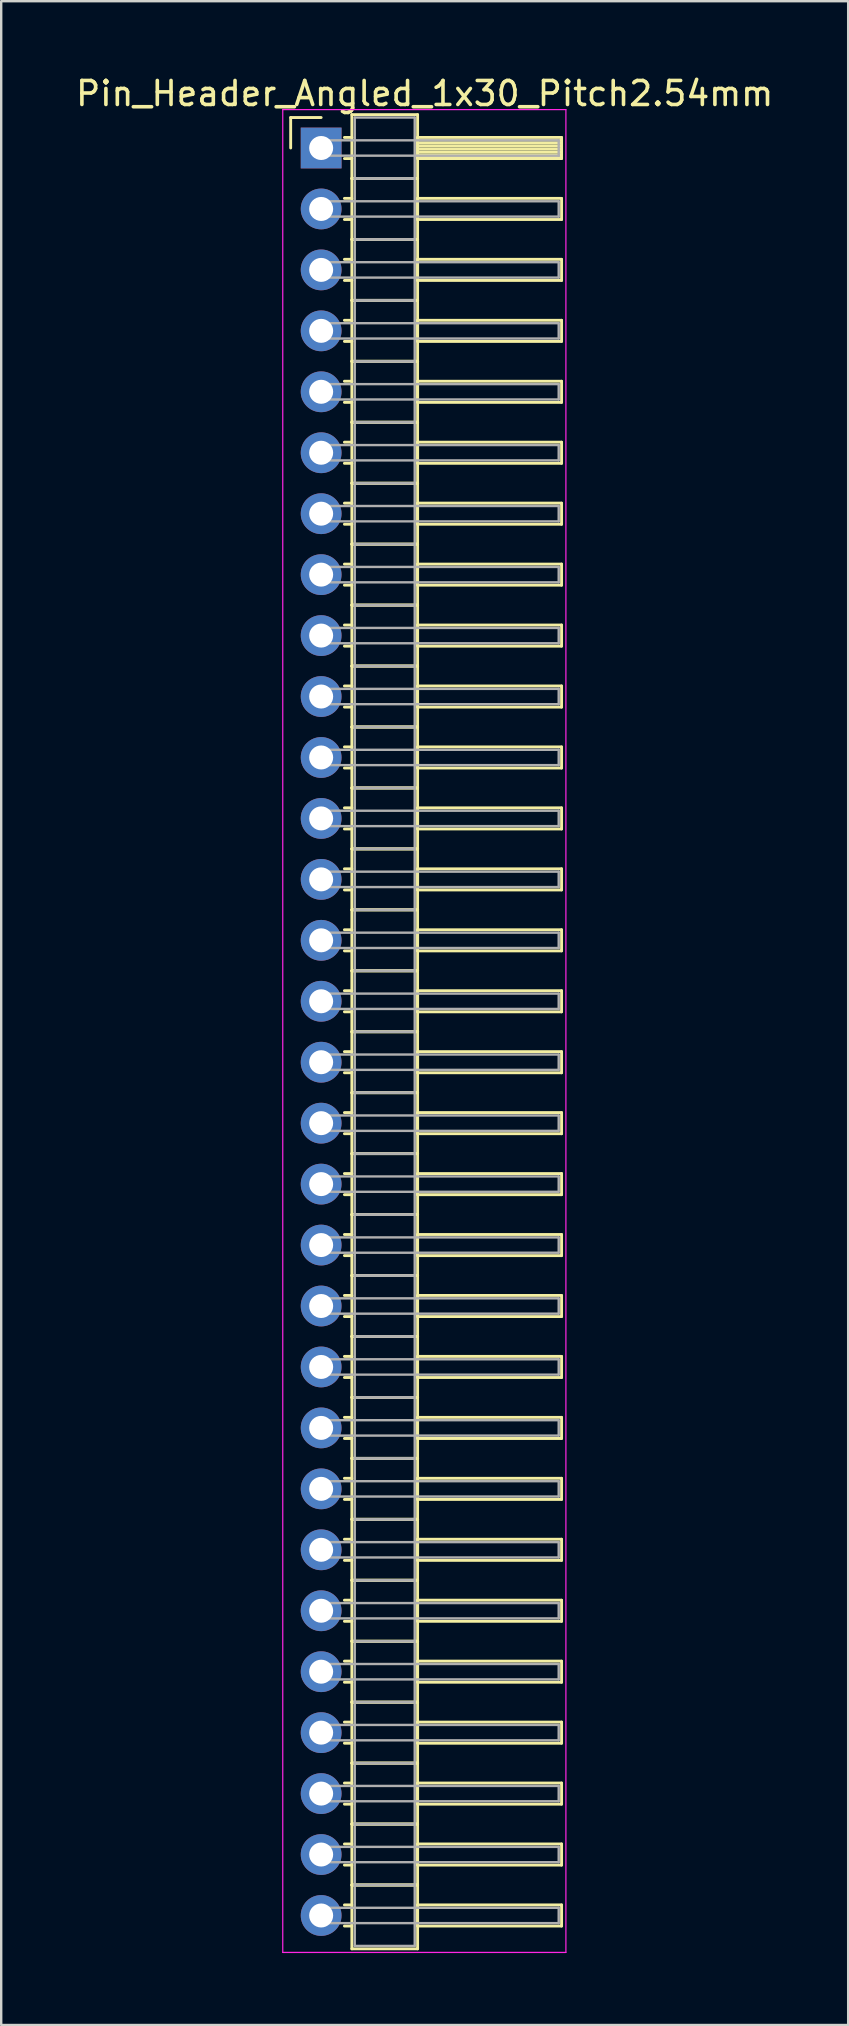
<source format=kicad_pcb>
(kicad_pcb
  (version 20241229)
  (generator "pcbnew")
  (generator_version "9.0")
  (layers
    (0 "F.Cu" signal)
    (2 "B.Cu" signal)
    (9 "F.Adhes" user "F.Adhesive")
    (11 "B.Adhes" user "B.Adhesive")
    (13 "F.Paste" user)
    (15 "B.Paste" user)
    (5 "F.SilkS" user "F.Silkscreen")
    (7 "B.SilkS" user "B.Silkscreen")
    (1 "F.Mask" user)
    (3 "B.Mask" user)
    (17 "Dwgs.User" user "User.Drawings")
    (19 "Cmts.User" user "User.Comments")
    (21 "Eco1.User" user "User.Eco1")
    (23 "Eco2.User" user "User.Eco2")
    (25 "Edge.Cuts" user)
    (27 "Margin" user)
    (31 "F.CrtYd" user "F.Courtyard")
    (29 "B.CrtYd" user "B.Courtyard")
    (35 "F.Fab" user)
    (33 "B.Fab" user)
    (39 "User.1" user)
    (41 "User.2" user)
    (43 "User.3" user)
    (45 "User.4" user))
  (footprint "Pin_Header_Angled_1x30_Pitch2.54mm"
    (layer "F.Cu")
    (at 10.334 3.118)
    (property "Reference" "Pin_Header_Angled_1x30_Pitch2.54mm" (at 4.315 -2.27 0) (layer "F.SilkS") (effects (font (size 1 1) (thickness 0.15))))
    (attr through_hole)
    (fp_line (start -1.27 -1.27) (end 0 -1.27) (stroke (width 0.12) (type solid)) (layer "F.SilkS"))
    (fp_line (start -1.27 0) (end -1.27 -1.27) (stroke (width 0.12) (type solid)) (layer "F.SilkS"))
    (fp_line (start 0.97 -0.44) (end 1.28 -0.44) (stroke (width 0.12) (type solid)) (layer "F.SilkS"))
    (fp_line (start 0.97 0.44) (end 1.28 0.44) (stroke (width 0.12) (type solid)) (layer "F.SilkS"))
    (fp_line (start 0.97 2.1) (end 1.28 2.1) (stroke (width 0.12) (type solid)) (layer "F.SilkS"))
    (fp_line (start 0.97 2.98) (end 1.28 2.98) (stroke (width 0.12) (type solid)) (layer "F.SilkS"))
    (fp_line (start 0.97 4.64) (end 1.28 4.64) (stroke (width 0.12) (type solid)) (layer "F.SilkS"))
    (fp_line (start 0.97 5.52) (end 1.28 5.52) (stroke (width 0.12) (type solid)) (layer "F.SilkS"))
    (fp_line (start 0.97 7.18) (end 1.28 7.18) (stroke (width 0.12) (type solid)) (layer "F.SilkS"))
    (fp_line (start 0.97 8.06) (end 1.28 8.06) (stroke (width 0.12) (type solid)) (layer "F.SilkS"))
    (fp_line (start 0.97 9.72) (end 1.28 9.72) (stroke (width 0.12) (type solid)) (layer "F.SilkS"))
    (fp_line (start 0.97 10.6) (end 1.28 10.6) (stroke (width 0.12) (type solid)) (layer "F.SilkS"))
    (fp_line (start 0.97 12.26) (end 1.28 12.26) (stroke (width 0.12) (type solid)) (layer "F.SilkS"))
    (fp_line (start 0.97 13.14) (end 1.28 13.14) (stroke (width 0.12) (type solid)) (layer "F.SilkS"))
    (fp_line (start 0.97 14.8) (end 1.28 14.8) (stroke (width 0.12) (type solid)) (layer "F.SilkS"))
    (fp_line (start 0.97 15.68) (end 1.28 15.68) (stroke (width 0.12) (type solid)) (layer "F.SilkS"))
    (fp_line (start 0.97 17.34) (end 1.28 17.34) (stroke (width 0.12) (type solid)) (layer "F.SilkS"))
    (fp_line (start 0.97 18.22) (end 1.28 18.22) (stroke (width 0.12) (type solid)) (layer "F.SilkS"))
    (fp_line (start 0.97 19.88) (end 1.28 19.88) (stroke (width 0.12) (type solid)) (layer "F.SilkS"))
    (fp_line (start 0.97 20.76) (end 1.28 20.76) (stroke (width 0.12) (type solid)) (layer "F.SilkS"))
    (fp_line (start 0.97 22.42) (end 1.28 22.42) (stroke (width 0.12) (type solid)) (layer "F.SilkS"))
    (fp_line (start 0.97 23.3) (end 1.28 23.3) (stroke (width 0.12) (type solid)) (layer "F.SilkS"))
    (fp_line (start 0.97 24.96) (end 1.28 24.96) (stroke (width 0.12) (type solid)) (layer "F.SilkS"))
    (fp_line (start 0.97 25.84) (end 1.28 25.84) (stroke (width 0.12) (type solid)) (layer "F.SilkS"))
    (fp_line (start 0.97 27.5) (end 1.28 27.5) (stroke (width 0.12) (type solid)) (layer "F.SilkS"))
    (fp_line (start 0.97 28.38) (end 1.28 28.38) (stroke (width 0.12) (type solid)) (layer "F.SilkS"))
    (fp_line (start 0.97 30.04) (end 1.28 30.04) (stroke (width 0.12) (type solid)) (layer "F.SilkS"))
    (fp_line (start 0.97 30.92) (end 1.28 30.92) (stroke (width 0.12) (type solid)) (layer "F.SilkS"))
    (fp_line (start 0.97 32.58) (end 1.28 32.58) (stroke (width 0.12) (type solid)) (layer "F.SilkS"))
    (fp_line (start 0.97 33.46) (end 1.28 33.46) (stroke (width 0.12) (type solid)) (layer "F.SilkS"))
    (fp_line (start 0.97 35.12) (end 1.28 35.12) (stroke (width 0.12) (type solid)) (layer "F.SilkS"))
    (fp_line (start 0.97 36) (end 1.28 36) (stroke (width 0.12) (type solid)) (layer "F.SilkS"))
    (fp_line (start 0.97 37.66) (end 1.28 37.66) (stroke (width 0.12) (type solid)) (layer "F.SilkS"))
    (fp_line (start 0.97 38.54) (end 1.28 38.54) (stroke (width 0.12) (type solid)) (layer "F.SilkS"))
    (fp_line (start 0.97 40.2) (end 1.28 40.2) (stroke (width 0.12) (type solid)) (layer "F.SilkS"))
    (fp_line (start 0.97 41.08) (end 1.28 41.08) (stroke (width 0.12) (type solid)) (layer "F.SilkS"))
    (fp_line (start 0.97 42.74) (end 1.28 42.74) (stroke (width 0.12) (type solid)) (layer "F.SilkS"))
    (fp_line (start 0.97 43.62) (end 1.28 43.62) (stroke (width 0.12) (type solid)) (layer "F.SilkS"))
    (fp_line (start 0.97 45.28) (end 1.28 45.28) (stroke (width 0.12) (type solid)) (layer "F.SilkS"))
    (fp_line (start 0.97 46.16) (end 1.28 46.16) (stroke (width 0.12) (type solid)) (layer "F.SilkS"))
    (fp_line (start 0.97 47.82) (end 1.28 47.82) (stroke (width 0.12) (type solid)) (layer "F.SilkS"))
    (fp_line (start 0.97 48.7) (end 1.28 48.7) (stroke (width 0.12) (type solid)) (layer "F.SilkS"))
    (fp_line (start 0.97 50.36) (end 1.28 50.36) (stroke (width 0.12) (type solid)) (layer "F.SilkS"))
    (fp_line (start 0.97 51.24) (end 1.28 51.24) (stroke (width 0.12) (type solid)) (layer "F.SilkS"))
    (fp_line (start 0.97 52.9) (end 1.28 52.9) (stroke (width 0.12) (type solid)) (layer "F.SilkS"))
    (fp_line (start 0.97 53.78) (end 1.28 53.78) (stroke (width 0.12) (type solid)) (layer "F.SilkS"))
    (fp_line (start 0.97 55.44) (end 1.28 55.44) (stroke (width 0.12) (type solid)) (layer "F.SilkS"))
    (fp_line (start 0.97 56.32) (end 1.28 56.32) (stroke (width 0.12) (type solid)) (layer "F.SilkS"))
    (fp_line (start 0.97 57.98) (end 1.28 57.98) (stroke (width 0.12) (type solid)) (layer "F.SilkS"))
    (fp_line (start 0.97 58.86) (end 1.28 58.86) (stroke (width 0.12) (type solid)) (layer "F.SilkS"))
    (fp_line (start 0.97 60.52) (end 1.28 60.52) (stroke (width 0.12) (type solid)) (layer "F.SilkS"))
    (fp_line (start 0.97 61.4) (end 1.28 61.4) (stroke (width 0.12) (type solid)) (layer "F.SilkS"))
    (fp_line (start 0.97 63.06) (end 1.28 63.06) (stroke (width 0.12) (type solid)) (layer "F.SilkS"))
    (fp_line (start 0.97 63.94) (end 1.28 63.94) (stroke (width 0.12) (type solid)) (layer "F.SilkS"))
    (fp_line (start 0.97 65.6) (end 1.28 65.6) (stroke (width 0.12) (type solid)) (layer "F.SilkS"))
    (fp_line (start 0.97 66.48) (end 1.28 66.48) (stroke (width 0.12) (type solid)) (layer "F.SilkS"))
    (fp_line (start 0.97 68.14) (end 1.28 68.14) (stroke (width 0.12) (type solid)) (layer "F.SilkS"))
    (fp_line (start 0.97 69.02) (end 1.28 69.02) (stroke (width 0.12) (type solid)) (layer "F.SilkS"))
    (fp_line (start 0.97 70.68) (end 1.28 70.68) (stroke (width 0.12) (type solid)) (layer "F.SilkS"))
    (fp_line (start 0.97 71.56) (end 1.28 71.56) (stroke (width 0.12) (type solid)) (layer "F.SilkS"))
    (fp_line (start 0.97 73.22) (end 1.28 73.22) (stroke (width 0.12) (type solid)) (layer "F.SilkS"))
    (fp_line (start 0.97 74.1) (end 1.28 74.1) (stroke (width 0.12) (type solid)) (layer "F.SilkS"))
    (fp_line (start 1.28 -1.39) (end 1.28 1.27) (stroke (width 0.12) (type solid)) (layer "F.SilkS"))
    (fp_line (start 1.28 1.27) (end 1.28 3.81) (stroke (width 0.12) (type solid)) (layer "F.SilkS"))
    (fp_line (start 1.28 1.27) (end 4.02 1.27) (stroke (width 0.12) (type solid)) (layer "F.SilkS"))
    (fp_line (start 1.28 3.81) (end 1.28 6.35) (stroke (width 0.12) (type solid)) (layer "F.SilkS"))
    (fp_line (start 1.28 3.81) (end 4.02 3.81) (stroke (width 0.12) (type solid)) (layer "F.SilkS"))
    (fp_line (start 1.28 6.35) (end 1.28 8.89) (stroke (width 0.12) (type solid)) (layer "F.SilkS"))
    (fp_line (start 1.28 6.35) (end 4.02 6.35) (stroke (width 0.12) (type solid)) (layer "F.SilkS"))
    (fp_line (start 1.28 8.89) (end 1.28 11.43) (stroke (width 0.12) (type solid)) (layer "F.SilkS"))
    (fp_line (start 1.28 8.89) (end 4.02 8.89) (stroke (width 0.12) (type solid)) (layer "F.SilkS"))
    (fp_line (start 1.28 11.43) (end 1.28 13.97) (stroke (width 0.12) (type solid)) (layer "F.SilkS"))
    (fp_line (start 1.28 11.43) (end 4.02 11.43) (stroke (width 0.12) (type solid)) (layer "F.SilkS"))
    (fp_line (start 1.28 13.97) (end 1.28 16.51) (stroke (width 0.12) (type solid)) (layer "F.SilkS"))
    (fp_line (start 1.28 13.97) (end 4.02 13.97) (stroke (width 0.12) (type solid)) (layer "F.SilkS"))
    (fp_line (start 1.28 16.51) (end 1.28 19.05) (stroke (width 0.12) (type solid)) (layer "F.SilkS"))
    (fp_line (start 1.28 16.51) (end 4.02 16.51) (stroke (width 0.12) (type solid)) (layer "F.SilkS"))
    (fp_line (start 1.28 19.05) (end 1.28 21.59) (stroke (width 0.12) (type solid)) (layer "F.SilkS"))
    (fp_line (start 1.28 19.05) (end 4.02 19.05) (stroke (width 0.12) (type solid)) (layer "F.SilkS"))
    (fp_line (start 1.28 21.59) (end 1.28 24.13) (stroke (width 0.12) (type solid)) (layer "F.SilkS"))
    (fp_line (start 1.28 21.59) (end 4.02 21.59) (stroke (width 0.12) (type solid)) (layer "F.SilkS"))
    (fp_line (start 1.28 24.13) (end 1.28 26.67) (stroke (width 0.12) (type solid)) (layer "F.SilkS"))
    (fp_line (start 1.28 24.13) (end 4.02 24.13) (stroke (width 0.12) (type solid)) (layer "F.SilkS"))
    (fp_line (start 1.28 26.67) (end 1.28 29.21) (stroke (width 0.12) (type solid)) (layer "F.SilkS"))
    (fp_line (start 1.28 26.67) (end 4.02 26.67) (stroke (width 0.12) (type solid)) (layer "F.SilkS"))
    (fp_line (start 1.28 29.21) (end 1.28 31.75) (stroke (width 0.12) (type solid)) (layer "F.SilkS"))
    (fp_line (start 1.28 29.21) (end 4.02 29.21) (stroke (width 0.12) (type solid)) (layer "F.SilkS"))
    (fp_line (start 1.28 31.75) (end 1.28 34.29) (stroke (width 0.12) (type solid)) (layer "F.SilkS"))
    (fp_line (start 1.28 31.75) (end 4.02 31.75) (stroke (width 0.12) (type solid)) (layer "F.SilkS"))
    (fp_line (start 1.28 34.29) (end 1.28 36.83) (stroke (width 0.12) (type solid)) (layer "F.SilkS"))
    (fp_line (start 1.28 34.29) (end 4.02 34.29) (stroke (width 0.12) (type solid)) (layer "F.SilkS"))
    (fp_line (start 1.28 36.83) (end 1.28 39.37) (stroke (width 0.12) (type solid)) (layer "F.SilkS"))
    (fp_line (start 1.28 36.83) (end 4.02 36.83) (stroke (width 0.12) (type solid)) (layer "F.SilkS"))
    (fp_line (start 1.28 39.37) (end 1.28 41.91) (stroke (width 0.12) (type solid)) (layer "F.SilkS"))
    (fp_line (start 1.28 39.37) (end 4.02 39.37) (stroke (width 0.12) (type solid)) (layer "F.SilkS"))
    (fp_line (start 1.28 41.91) (end 1.28 44.45) (stroke (width 0.12) (type solid)) (layer "F.SilkS"))
    (fp_line (start 1.28 41.91) (end 4.02 41.91) (stroke (width 0.12) (type solid)) (layer "F.SilkS"))
    (fp_line (start 1.28 44.45) (end 1.28 46.99) (stroke (width 0.12) (type solid)) (layer "F.SilkS"))
    (fp_line (start 1.28 44.45) (end 4.02 44.45) (stroke (width 0.12) (type solid)) (layer "F.SilkS"))
    (fp_line (start 1.28 46.99) (end 1.28 49.53) (stroke (width 0.12) (type solid)) (layer "F.SilkS"))
    (fp_line (start 1.28 46.99) (end 4.02 46.99) (stroke (width 0.12) (type solid)) (layer "F.SilkS"))
    (fp_line (start 1.28 49.53) (end 1.28 52.07) (stroke (width 0.12) (type solid)) (layer "F.SilkS"))
    (fp_line (start 1.28 49.53) (end 4.02 49.53) (stroke (width 0.12) (type solid)) (layer "F.SilkS"))
    (fp_line (start 1.28 52.07) (end 1.28 54.61) (stroke (width 0.12) (type solid)) (layer "F.SilkS"))
    (fp_line (start 1.28 52.07) (end 4.02 52.07) (stroke (width 0.12) (type solid)) (layer "F.SilkS"))
    (fp_line (start 1.28 54.61) (end 1.28 57.15) (stroke (width 0.12) (type solid)) (layer "F.SilkS"))
    (fp_line (start 1.28 54.61) (end 4.02 54.61) (stroke (width 0.12) (type solid)) (layer "F.SilkS"))
    (fp_line (start 1.28 57.15) (end 1.28 59.69) (stroke (width 0.12) (type solid)) (layer "F.SilkS"))
    (fp_line (start 1.28 57.15) (end 4.02 57.15) (stroke (width 0.12) (type solid)) (layer "F.SilkS"))
    (fp_line (start 1.28 59.69) (end 1.28 62.23) (stroke (width 0.12) (type solid)) (layer "F.SilkS"))
    (fp_line (start 1.28 59.69) (end 4.02 59.69) (stroke (width 0.12) (type solid)) (layer "F.SilkS"))
    (fp_line (start 1.28 62.23) (end 1.28 64.77) (stroke (width 0.12) (type solid)) (layer "F.SilkS"))
    (fp_line (start 1.28 62.23) (end 4.02 62.23) (stroke (width 0.12) (type solid)) (layer "F.SilkS"))
    (fp_line (start 1.28 64.77) (end 1.28 67.31) (stroke (width 0.12) (type solid)) (layer "F.SilkS"))
    (fp_line (start 1.28 64.77) (end 4.02 64.77) (stroke (width 0.12) (type solid)) (layer "F.SilkS"))
    (fp_line (start 1.28 67.31) (end 1.28 69.85) (stroke (width 0.12) (type solid)) (layer "F.SilkS"))
    (fp_line (start 1.28 67.31) (end 4.02 67.31) (stroke (width 0.12) (type solid)) (layer "F.SilkS"))
    (fp_line (start 1.28 69.85) (end 1.28 72.39) (stroke (width 0.12) (type solid)) (layer "F.SilkS"))
    (fp_line (start 1.28 69.85) (end 4.02 69.85) (stroke (width 0.12) (type solid)) (layer "F.SilkS"))
    (fp_line (start 1.28 72.39) (end 1.28 75.05) (stroke (width 0.12) (type solid)) (layer "F.SilkS"))
    (fp_line (start 1.28 72.39) (end 4.02 72.39) (stroke (width 0.12) (type solid)) (layer "F.SilkS"))
    (fp_line (start 1.28 75.05) (end 4.02 75.05) (stroke (width 0.12) (type solid)) (layer "F.SilkS"))
    (fp_line (start 4.02 -1.39) (end 1.28 -1.39) (stroke (width 0.12) (type solid)) (layer "F.SilkS"))
    (fp_line (start 4.02 -0.44) (end 4.02 0.44) (stroke (width 0.12) (type solid)) (layer "F.SilkS"))
    (fp_line (start 4.02 -0.32) (end 10.02 -0.32) (stroke (width 0.12) (type solid)) (layer "F.SilkS"))
    (fp_line (start 4.02 -0.2) (end 10.02 -0.2) (stroke (width 0.12) (type solid)) (layer "F.SilkS"))
    (fp_line (start 4.02 -0.08) (end 10.02 -0.08) (stroke (width 0.12) (type solid)) (layer "F.SilkS"))
    (fp_line (start 4.02 0.04) (end 10.02 0.04) (stroke (width 0.12) (type solid)) (layer "F.SilkS"))
    (fp_line (start 4.02 0.16) (end 10.02 0.16) (stroke (width 0.12) (type solid)) (layer "F.SilkS"))
    (fp_line (start 4.02 0.28) (end 10.02 0.28) (stroke (width 0.12) (type solid)) (layer "F.SilkS"))
    (fp_line (start 4.02 0.4) (end 10.02 0.4) (stroke (width 0.12) (type solid)) (layer "F.SilkS"))
    (fp_line (start 4.02 0.44) (end 10.02 0.44) (stroke (width 0.12) (type solid)) (layer "F.SilkS"))
    (fp_line (start 4.02 1.27) (end 1.28 1.27) (stroke (width 0.12) (type solid)) (layer "F.SilkS"))
    (fp_line (start 4.02 1.27) (end 4.02 -1.39) (stroke (width 0.12) (type solid)) (layer "F.SilkS"))
    (fp_line (start 4.02 2.1) (end 4.02 2.98) (stroke (width 0.12) (type solid)) (layer "F.SilkS"))
    (fp_line (start 4.02 2.98) (end 10.02 2.98) (stroke (width 0.12) (type solid)) (layer "F.SilkS"))
    (fp_line (start 4.02 3.81) (end 1.28 3.81) (stroke (width 0.12) (type solid)) (layer "F.SilkS"))
    (fp_line (start 4.02 3.81) (end 4.02 1.27) (stroke (width 0.12) (type solid)) (layer "F.SilkS"))
    (fp_line (start 4.02 4.64) (end 4.02 5.52) (stroke (width 0.12) (type solid)) (layer "F.SilkS"))
    (fp_line (start 4.02 5.52) (end 10.02 5.52) (stroke (width 0.12) (type solid)) (layer "F.SilkS"))
    (fp_line (start 4.02 6.35) (end 1.28 6.35) (stroke (width 0.12) (type solid)) (layer "F.SilkS"))
    (fp_line (start 4.02 6.35) (end 4.02 3.81) (stroke (width 0.12) (type solid)) (layer "F.SilkS"))
    (fp_line (start 4.02 7.18) (end 4.02 8.06) (stroke (width 0.12) (type solid)) (layer "F.SilkS"))
    (fp_line (start 4.02 8.06) (end 10.02 8.06) (stroke (width 0.12) (type solid)) (layer "F.SilkS"))
    (fp_line (start 4.02 8.89) (end 1.28 8.89) (stroke (width 0.12) (type solid)) (layer "F.SilkS"))
    (fp_line (start 4.02 8.89) (end 4.02 6.35) (stroke (width 0.12) (type solid)) (layer "F.SilkS"))
    (fp_line (start 4.02 9.72) (end 4.02 10.6) (stroke (width 0.12) (type solid)) (layer "F.SilkS"))
    (fp_line (start 4.02 10.6) (end 10.02 10.6) (stroke (width 0.12) (type solid)) (layer "F.SilkS"))
    (fp_line (start 4.02 11.43) (end 1.28 11.43) (stroke (width 0.12) (type solid)) (layer "F.SilkS"))
    (fp_line (start 4.02 11.43) (end 4.02 8.89) (stroke (width 0.12) (type solid)) (layer "F.SilkS"))
    (fp_line (start 4.02 12.26) (end 4.02 13.14) (stroke (width 0.12) (type solid)) (layer "F.SilkS"))
    (fp_line (start 4.02 13.14) (end 10.02 13.14) (stroke (width 0.12) (type solid)) (layer "F.SilkS"))
    (fp_line (start 4.02 13.97) (end 1.28 13.97) (stroke (width 0.12) (type solid)) (layer "F.SilkS"))
    (fp_line (start 4.02 13.97) (end 4.02 11.43) (stroke (width 0.12) (type solid)) (layer "F.SilkS"))
    (fp_line (start 4.02 14.8) (end 4.02 15.68) (stroke (width 0.12) (type solid)) (layer "F.SilkS"))
    (fp_line (start 4.02 15.68) (end 10.02 15.68) (stroke (width 0.12) (type solid)) (layer "F.SilkS"))
    (fp_line (start 4.02 16.51) (end 1.28 16.51) (stroke (width 0.12) (type solid)) (layer "F.SilkS"))
    (fp_line (start 4.02 16.51) (end 4.02 13.97) (stroke (width 0.12) (type solid)) (layer "F.SilkS"))
    (fp_line (start 4.02 17.34) (end 4.02 18.22) (stroke (width 0.12) (type solid)) (layer "F.SilkS"))
    (fp_line (start 4.02 18.22) (end 10.02 18.22) (stroke (width 0.12) (type solid)) (layer "F.SilkS"))
    (fp_line (start 4.02 19.05) (end 1.28 19.05) (stroke (width 0.12) (type solid)) (layer "F.SilkS"))
    (fp_line (start 4.02 19.05) (end 4.02 16.51) (stroke (width 0.12) (type solid)) (layer "F.SilkS"))
    (fp_line (start 4.02 19.88) (end 4.02 20.76) (stroke (width 0.12) (type solid)) (layer "F.SilkS"))
    (fp_line (start 4.02 20.76) (end 10.02 20.76) (stroke (width 0.12) (type solid)) (layer "F.SilkS"))
    (fp_line (start 4.02 21.59) (end 1.28 21.59) (stroke (width 0.12) (type solid)) (layer "F.SilkS"))
    (fp_line (start 4.02 21.59) (end 4.02 19.05) (stroke (width 0.12) (type solid)) (layer "F.SilkS"))
    (fp_line (start 4.02 22.42) (end 4.02 23.3) (stroke (width 0.12) (type solid)) (layer "F.SilkS"))
    (fp_line (start 4.02 23.3) (end 10.02 23.3) (stroke (width 0.12) (type solid)) (layer "F.SilkS"))
    (fp_line (start 4.02 24.13) (end 1.28 24.13) (stroke (width 0.12) (type solid)) (layer "F.SilkS"))
    (fp_line (start 4.02 24.13) (end 4.02 21.59) (stroke (width 0.12) (type solid)) (layer "F.SilkS"))
    (fp_line (start 4.02 24.96) (end 4.02 25.84) (stroke (width 0.12) (type solid)) (layer "F.SilkS"))
    (fp_line (start 4.02 25.84) (end 10.02 25.84) (stroke (width 0.12) (type solid)) (layer "F.SilkS"))
    (fp_line (start 4.02 26.67) (end 1.28 26.67) (stroke (width 0.12) (type solid)) (layer "F.SilkS"))
    (fp_line (start 4.02 26.67) (end 4.02 24.13) (stroke (width 0.12) (type solid)) (layer "F.SilkS"))
    (fp_line (start 4.02 27.5) (end 4.02 28.38) (stroke (width 0.12) (type solid)) (layer "F.SilkS"))
    (fp_line (start 4.02 28.38) (end 10.02 28.38) (stroke (width 0.12) (type solid)) (layer "F.SilkS"))
    (fp_line (start 4.02 29.21) (end 1.28 29.21) (stroke (width 0.12) (type solid)) (layer "F.SilkS"))
    (fp_line (start 4.02 29.21) (end 4.02 26.67) (stroke (width 0.12) (type solid)) (layer "F.SilkS"))
    (fp_line (start 4.02 30.04) (end 4.02 30.92) (stroke (width 0.12) (type solid)) (layer "F.SilkS"))
    (fp_line (start 4.02 30.92) (end 10.02 30.92) (stroke (width 0.12) (type solid)) (layer "F.SilkS"))
    (fp_line (start 4.02 31.75) (end 1.28 31.75) (stroke (width 0.12) (type solid)) (layer "F.SilkS"))
    (fp_line (start 4.02 31.75) (end 4.02 29.21) (stroke (width 0.12) (type solid)) (layer "F.SilkS"))
    (fp_line (start 4.02 32.58) (end 4.02 33.46) (stroke (width 0.12) (type solid)) (layer "F.SilkS"))
    (fp_line (start 4.02 33.46) (end 10.02 33.46) (stroke (width 0.12) (type solid)) (layer "F.SilkS"))
    (fp_line (start 4.02 34.29) (end 1.28 34.29) (stroke (width 0.12) (type solid)) (layer "F.SilkS"))
    (fp_line (start 4.02 34.29) (end 4.02 31.75) (stroke (width 0.12) (type solid)) (layer "F.SilkS"))
    (fp_line (start 4.02 35.12) (end 4.02 36) (stroke (width 0.12) (type solid)) (layer "F.SilkS"))
    (fp_line (start 4.02 36) (end 10.02 36) (stroke (width 0.12) (type solid)) (layer "F.SilkS"))
    (fp_line (start 4.02 36.83) (end 1.28 36.83) (stroke (width 0.12) (type solid)) (layer "F.SilkS"))
    (fp_line (start 4.02 36.83) (end 4.02 34.29) (stroke (width 0.12) (type solid)) (layer "F.SilkS"))
    (fp_line (start 4.02 37.66) (end 4.02 38.54) (stroke (width 0.12) (type solid)) (layer "F.SilkS"))
    (fp_line (start 4.02 38.54) (end 10.02 38.54) (stroke (width 0.12) (type solid)) (layer "F.SilkS"))
    (fp_line (start 4.02 39.37) (end 1.28 39.37) (stroke (width 0.12) (type solid)) (layer "F.SilkS"))
    (fp_line (start 4.02 39.37) (end 4.02 36.83) (stroke (width 0.12) (type solid)) (layer "F.SilkS"))
    (fp_line (start 4.02 40.2) (end 4.02 41.08) (stroke (width 0.12) (type solid)) (layer "F.SilkS"))
    (fp_line (start 4.02 41.08) (end 10.02 41.08) (stroke (width 0.12) (type solid)) (layer "F.SilkS"))
    (fp_line (start 4.02 41.91) (end 1.28 41.91) (stroke (width 0.12) (type solid)) (layer "F.SilkS"))
    (fp_line (start 4.02 41.91) (end 4.02 39.37) (stroke (width 0.12) (type solid)) (layer "F.SilkS"))
    (fp_line (start 4.02 42.74) (end 4.02 43.62) (stroke (width 0.12) (type solid)) (layer "F.SilkS"))
    (fp_line (start 4.02 43.62) (end 10.02 43.62) (stroke (width 0.12) (type solid)) (layer "F.SilkS"))
    (fp_line (start 4.02 44.45) (end 1.28 44.45) (stroke (width 0.12) (type solid)) (layer "F.SilkS"))
    (fp_line (start 4.02 44.45) (end 4.02 41.91) (stroke (width 0.12) (type solid)) (layer "F.SilkS"))
    (fp_line (start 4.02 45.28) (end 4.02 46.16) (stroke (width 0.12) (type solid)) (layer "F.SilkS"))
    (fp_line (start 4.02 46.16) (end 10.02 46.16) (stroke (width 0.12) (type solid)) (layer "F.SilkS"))
    (fp_line (start 4.02 46.99) (end 1.28 46.99) (stroke (width 0.12) (type solid)) (layer "F.SilkS"))
    (fp_line (start 4.02 46.99) (end 4.02 44.45) (stroke (width 0.12) (type solid)) (layer "F.SilkS"))
    (fp_line (start 4.02 47.82) (end 4.02 48.7) (stroke (width 0.12) (type solid)) (layer "F.SilkS"))
    (fp_line (start 4.02 48.7) (end 10.02 48.7) (stroke (width 0.12) (type solid)) (layer "F.SilkS"))
    (fp_line (start 4.02 49.53) (end 1.28 49.53) (stroke (width 0.12) (type solid)) (layer "F.SilkS"))
    (fp_line (start 4.02 49.53) (end 4.02 46.99) (stroke (width 0.12) (type solid)) (layer "F.SilkS"))
    (fp_line (start 4.02 50.36) (end 4.02 51.24) (stroke (width 0.12) (type solid)) (layer "F.SilkS"))
    (fp_line (start 4.02 51.24) (end 10.02 51.24) (stroke (width 0.12) (type solid)) (layer "F.SilkS"))
    (fp_line (start 4.02 52.07) (end 1.28 52.07) (stroke (width 0.12) (type solid)) (layer "F.SilkS"))
    (fp_line (start 4.02 52.07) (end 4.02 49.53) (stroke (width 0.12) (type solid)) (layer "F.SilkS"))
    (fp_line (start 4.02 52.9) (end 4.02 53.78) (stroke (width 0.12) (type solid)) (layer "F.SilkS"))
    (fp_line (start 4.02 53.78) (end 10.02 53.78) (stroke (width 0.12) (type solid)) (layer "F.SilkS"))
    (fp_line (start 4.02 54.61) (end 1.28 54.61) (stroke (width 0.12) (type solid)) (layer "F.SilkS"))
    (fp_line (start 4.02 54.61) (end 4.02 52.07) (stroke (width 0.12) (type solid)) (layer "F.SilkS"))
    (fp_line (start 4.02 55.44) (end 4.02 56.32) (stroke (width 0.12) (type solid)) (layer "F.SilkS"))
    (fp_line (start 4.02 56.32) (end 10.02 56.32) (stroke (width 0.12) (type solid)) (layer "F.SilkS"))
    (fp_line (start 4.02 57.15) (end 1.28 57.15) (stroke (width 0.12) (type solid)) (layer "F.SilkS"))
    (fp_line (start 4.02 57.15) (end 4.02 54.61) (stroke (width 0.12) (type solid)) (layer "F.SilkS"))
    (fp_line (start 4.02 57.98) (end 4.02 58.86) (stroke (width 0.12) (type solid)) (layer "F.SilkS"))
    (fp_line (start 4.02 58.86) (end 10.02 58.86) (stroke (width 0.12) (type solid)) (layer "F.SilkS"))
    (fp_line (start 4.02 59.69) (end 1.28 59.69) (stroke (width 0.12) (type solid)) (layer "F.SilkS"))
    (fp_line (start 4.02 59.69) (end 4.02 57.15) (stroke (width 0.12) (type solid)) (layer "F.SilkS"))
    (fp_line (start 4.02 60.52) (end 4.02 61.4) (stroke (width 0.12) (type solid)) (layer "F.SilkS"))
    (fp_line (start 4.02 61.4) (end 10.02 61.4) (stroke (width 0.12) (type solid)) (layer "F.SilkS"))
    (fp_line (start 4.02 62.23) (end 1.28 62.23) (stroke (width 0.12) (type solid)) (layer "F.SilkS"))
    (fp_line (start 4.02 62.23) (end 4.02 59.69) (stroke (width 0.12) (type solid)) (layer "F.SilkS"))
    (fp_line (start 4.02 63.06) (end 4.02 63.94) (stroke (width 0.12) (type solid)) (layer "F.SilkS"))
    (fp_line (start 4.02 63.94) (end 10.02 63.94) (stroke (width 0.12) (type solid)) (layer "F.SilkS"))
    (fp_line (start 4.02 64.77) (end 1.28 64.77) (stroke (width 0.12) (type solid)) (layer "F.SilkS"))
    (fp_line (start 4.02 64.77) (end 4.02 62.23) (stroke (width 0.12) (type solid)) (layer "F.SilkS"))
    (fp_line (start 4.02 65.6) (end 4.02 66.48) (stroke (width 0.12) (type solid)) (layer "F.SilkS"))
    (fp_line (start 4.02 66.48) (end 10.02 66.48) (stroke (width 0.12) (type solid)) (layer "F.SilkS"))
    (fp_line (start 4.02 67.31) (end 1.28 67.31) (stroke (width 0.12) (type solid)) (layer "F.SilkS"))
    (fp_line (start 4.02 67.31) (end 4.02 64.77) (stroke (width 0.12) (type solid)) (layer "F.SilkS"))
    (fp_line (start 4.02 68.14) (end 4.02 69.02) (stroke (width 0.12) (type solid)) (layer "F.SilkS"))
    (fp_line (start 4.02 69.02) (end 10.02 69.02) (stroke (width 0.12) (type solid)) (layer "F.SilkS"))
    (fp_line (start 4.02 69.85) (end 1.28 69.85) (stroke (width 0.12) (type solid)) (layer "F.SilkS"))
    (fp_line (start 4.02 69.85) (end 4.02 67.31) (stroke (width 0.12) (type solid)) (layer "F.SilkS"))
    (fp_line (start 4.02 70.68) (end 4.02 71.56) (stroke (width 0.12) (type solid)) (layer "F.SilkS"))
    (fp_line (start 4.02 71.56) (end 10.02 71.56) (stroke (width 0.12) (type solid)) (layer "F.SilkS"))
    (fp_line (start 4.02 72.39) (end 1.28 72.39) (stroke (width 0.12) (type solid)) (layer "F.SilkS"))
    (fp_line (start 4.02 72.39) (end 4.02 69.85) (stroke (width 0.12) (type solid)) (layer "F.SilkS"))
    (fp_line (start 4.02 73.22) (end 4.02 74.1) (stroke (width 0.12) (type solid)) (layer "F.SilkS"))
    (fp_line (start 4.02 74.1) (end 10.02 74.1) (stroke (width 0.12) (type solid)) (layer "F.SilkS"))
    (fp_line (start 4.02 75.05) (end 4.02 72.39) (stroke (width 0.12) (type solid)) (layer "F.SilkS"))
    (fp_line (start 10.02 -0.44) (end 4.02 -0.44) (stroke (width 0.12) (type solid)) (layer "F.SilkS"))
    (fp_line (start 10.02 0.44) (end 10.02 -0.44) (stroke (width 0.12) (type solid)) (layer "F.SilkS"))
    (fp_line (start 10.02 2.1) (end 4.02 2.1) (stroke (width 0.12) (type solid)) (layer "F.SilkS"))
    (fp_line (start 10.02 2.98) (end 10.02 2.1) (stroke (width 0.12) (type solid)) (layer "F.SilkS"))
    (fp_line (start 10.02 4.64) (end 4.02 4.64) (stroke (width 0.12) (type solid)) (layer "F.SilkS"))
    (fp_line (start 10.02 5.52) (end 10.02 4.64) (stroke (width 0.12) (type solid)) (layer "F.SilkS"))
    (fp_line (start 10.02 7.18) (end 4.02 7.18) (stroke (width 0.12) (type solid)) (layer "F.SilkS"))
    (fp_line (start 10.02 8.06) (end 10.02 7.18) (stroke (width 0.12) (type solid)) (layer "F.SilkS"))
    (fp_line (start 10.02 9.72) (end 4.02 9.72) (stroke (width 0.12) (type solid)) (layer "F.SilkS"))
    (fp_line (start 10.02 10.6) (end 10.02 9.72) (stroke (width 0.12) (type solid)) (layer "F.SilkS"))
    (fp_line (start 10.02 12.26) (end 4.02 12.26) (stroke (width 0.12) (type solid)) (layer "F.SilkS"))
    (fp_line (start 10.02 13.14) (end 10.02 12.26) (stroke (width 0.12) (type solid)) (layer "F.SilkS"))
    (fp_line (start 10.02 14.8) (end 4.02 14.8) (stroke (width 0.12) (type solid)) (layer "F.SilkS"))
    (fp_line (start 10.02 15.68) (end 10.02 14.8) (stroke (width 0.12) (type solid)) (layer "F.SilkS"))
    (fp_line (start 10.02 17.34) (end 4.02 17.34) (stroke (width 0.12) (type solid)) (layer "F.SilkS"))
    (fp_line (start 10.02 18.22) (end 10.02 17.34) (stroke (width 0.12) (type solid)) (layer "F.SilkS"))
    (fp_line (start 10.02 19.88) (end 4.02 19.88) (stroke (width 0.12) (type solid)) (layer "F.SilkS"))
    (fp_line (start 10.02 20.76) (end 10.02 19.88) (stroke (width 0.12) (type solid)) (layer "F.SilkS"))
    (fp_line (start 10.02 22.42) (end 4.02 22.42) (stroke (width 0.12) (type solid)) (layer "F.SilkS"))
    (fp_line (start 10.02 23.3) (end 10.02 22.42) (stroke (width 0.12) (type solid)) (layer "F.SilkS"))
    (fp_line (start 10.02 24.96) (end 4.02 24.96) (stroke (width 0.12) (type solid)) (layer "F.SilkS"))
    (fp_line (start 10.02 25.84) (end 10.02 24.96) (stroke (width 0.12) (type solid)) (layer "F.SilkS"))
    (fp_line (start 10.02 27.5) (end 4.02 27.5) (stroke (width 0.12) (type solid)) (layer "F.SilkS"))
    (fp_line (start 10.02 28.38) (end 10.02 27.5) (stroke (width 0.12) (type solid)) (layer "F.SilkS"))
    (fp_line (start 10.02 30.04) (end 4.02 30.04) (stroke (width 0.12) (type solid)) (layer "F.SilkS"))
    (fp_line (start 10.02 30.92) (end 10.02 30.04) (stroke (width 0.12) (type solid)) (layer "F.SilkS"))
    (fp_line (start 10.02 32.58) (end 4.02 32.58) (stroke (width 0.12) (type solid)) (layer "F.SilkS"))
    (fp_line (start 10.02 33.46) (end 10.02 32.58) (stroke (width 0.12) (type solid)) (layer "F.SilkS"))
    (fp_line (start 10.02 35.12) (end 4.02 35.12) (stroke (width 0.12) (type solid)) (layer "F.SilkS"))
    (fp_line (start 10.02 36) (end 10.02 35.12) (stroke (width 0.12) (type solid)) (layer "F.SilkS"))
    (fp_line (start 10.02 37.66) (end 4.02 37.66) (stroke (width 0.12) (type solid)) (layer "F.SilkS"))
    (fp_line (start 10.02 38.54) (end 10.02 37.66) (stroke (width 0.12) (type solid)) (layer "F.SilkS"))
    (fp_line (start 10.02 40.2) (end 4.02 40.2) (stroke (width 0.12) (type solid)) (layer "F.SilkS"))
    (fp_line (start 10.02 41.08) (end 10.02 40.2) (stroke (width 0.12) (type solid)) (layer "F.SilkS"))
    (fp_line (start 10.02 42.74) (end 4.02 42.74) (stroke (width 0.12) (type solid)) (layer "F.SilkS"))
    (fp_line (start 10.02 43.62) (end 10.02 42.74) (stroke (width 0.12) (type solid)) (layer "F.SilkS"))
    (fp_line (start 10.02 45.28) (end 4.02 45.28) (stroke (width 0.12) (type solid)) (layer "F.SilkS"))
    (fp_line (start 10.02 46.16) (end 10.02 45.28) (stroke (width 0.12) (type solid)) (layer "F.SilkS"))
    (fp_line (start 10.02 47.82) (end 4.02 47.82) (stroke (width 0.12) (type solid)) (layer "F.SilkS"))
    (fp_line (start 10.02 48.7) (end 10.02 47.82) (stroke (width 0.12) (type solid)) (layer "F.SilkS"))
    (fp_line (start 10.02 50.36) (end 4.02 50.36) (stroke (width 0.12) (type solid)) (layer "F.SilkS"))
    (fp_line (start 10.02 51.24) (end 10.02 50.36) (stroke (width 0.12) (type solid)) (layer "F.SilkS"))
    (fp_line (start 10.02 52.9) (end 4.02 52.9) (stroke (width 0.12) (type solid)) (layer "F.SilkS"))
    (fp_line (start 10.02 53.78) (end 10.02 52.9) (stroke (width 0.12) (type solid)) (layer "F.SilkS"))
    (fp_line (start 10.02 55.44) (end 4.02 55.44) (stroke (width 0.12) (type solid)) (layer "F.SilkS"))
    (fp_line (start 10.02 56.32) (end 10.02 55.44) (stroke (width 0.12) (type solid)) (layer "F.SilkS"))
    (fp_line (start 10.02 57.98) (end 4.02 57.98) (stroke (width 0.12) (type solid)) (layer "F.SilkS"))
    (fp_line (start 10.02 58.86) (end 10.02 57.98) (stroke (width 0.12) (type solid)) (layer "F.SilkS"))
    (fp_line (start 10.02 60.52) (end 4.02 60.52) (stroke (width 0.12) (type solid)) (layer "F.SilkS"))
    (fp_line (start 10.02 61.4) (end 10.02 60.52) (stroke (width 0.12) (type solid)) (layer "F.SilkS"))
    (fp_line (start 10.02 63.06) (end 4.02 63.06) (stroke (width 0.12) (type solid)) (layer "F.SilkS"))
    (fp_line (start 10.02 63.94) (end 10.02 63.06) (stroke (width 0.12) (type solid)) (layer "F.SilkS"))
    (fp_line (start 10.02 65.6) (end 4.02 65.6) (stroke (width 0.12) (type solid)) (layer "F.SilkS"))
    (fp_line (start 10.02 66.48) (end 10.02 65.6) (stroke (width 0.12) (type solid)) (layer "F.SilkS"))
    (fp_line (start 10.02 68.14) (end 4.02 68.14) (stroke (width 0.12) (type solid)) (layer "F.SilkS"))
    (fp_line (start 10.02 69.02) (end 10.02 68.14) (stroke (width 0.12) (type solid)) (layer "F.SilkS"))
    (fp_line (start 10.02 70.68) (end 4.02 70.68) (stroke (width 0.12) (type solid)) (layer "F.SilkS"))
    (fp_line (start 10.02 71.56) (end 10.02 70.68) (stroke (width 0.12) (type solid)) (layer "F.SilkS"))
    (fp_line (start 10.02 73.22) (end 4.02 73.22) (stroke (width 0.12) (type solid)) (layer "F.SilkS"))
    (fp_line (start 10.02 74.1) (end 10.02 73.22) (stroke (width 0.12) (type solid)) (layer "F.SilkS"))
    (fp_line (start -1.6 -1.6) (end -1.6 75.2) (stroke (width 0.05) (type solid)) (layer "F.CrtYd"))
    (fp_line (start -1.6 75.2) (end 10.2 75.2) (stroke (width 0.05) (type solid)) (layer "F.CrtYd"))
    (fp_line (start 10.2 -1.6) (end -1.6 -1.6) (stroke (width 0.05) (type solid)) (layer "F.CrtYd"))
    (fp_line (start 10.2 75.2) (end 10.2 -1.6) (stroke (width 0.05) (type solid)) (layer "F.CrtYd"))
    (fp_line (start 0 -0.32) (end 0 0.32) (stroke (width 0.1) (type solid)) (layer "F.Fab"))
    (fp_line (start 0 0.32) (end 9.9 0.32) (stroke (width 0.1) (type solid)) (layer "F.Fab"))
    (fp_line (start 0 2.22) (end 0 2.86) (stroke (width 0.1) (type solid)) (layer "F.Fab"))
    (fp_line (start 0 2.86) (end 9.9 2.86) (stroke (width 0.1) (type solid)) (layer "F.Fab"))
    (fp_line (start 0 4.76) (end 0 5.4) (stroke (width 0.1) (type solid)) (layer "F.Fab"))
    (fp_line (start 0 5.4) (end 9.9 5.4) (stroke (width 0.1) (type solid)) (layer "F.Fab"))
    (fp_line (start 0 7.3) (end 0 7.94) (stroke (width 0.1) (type solid)) (layer "F.Fab"))
    (fp_line (start 0 7.94) (end 9.9 7.94) (stroke (width 0.1) (type solid)) (layer "F.Fab"))
    (fp_line (start 0 9.84) (end 0 10.48) (stroke (width 0.1) (type solid)) (layer "F.Fab"))
    (fp_line (start 0 10.48) (end 9.9 10.48) (stroke (width 0.1) (type solid)) (layer "F.Fab"))
    (fp_line (start 0 12.38) (end 0 13.02) (stroke (width 0.1) (type solid)) (layer "F.Fab"))
    (fp_line (start 0 13.02) (end 9.9 13.02) (stroke (width 0.1) (type solid)) (layer "F.Fab"))
    (fp_line (start 0 14.92) (end 0 15.56) (stroke (width 0.1) (type solid)) (layer "F.Fab"))
    (fp_line (start 0 15.56) (end 9.9 15.56) (stroke (width 0.1) (type solid)) (layer "F.Fab"))
    (fp_line (start 0 17.46) (end 0 18.1) (stroke (width 0.1) (type solid)) (layer "F.Fab"))
    (fp_line (start 0 18.1) (end 9.9 18.1) (stroke (width 0.1) (type solid)) (layer "F.Fab"))
    (fp_line (start 0 20) (end 0 20.64) (stroke (width 0.1) (type solid)) (layer "F.Fab"))
    (fp_line (start 0 20.64) (end 9.9 20.64) (stroke (width 0.1) (type solid)) (layer "F.Fab"))
    (fp_line (start 0 22.54) (end 0 23.18) (stroke (width 0.1) (type solid)) (layer "F.Fab"))
    (fp_line (start 0 23.18) (end 9.9 23.18) (stroke (width 0.1) (type solid)) (layer "F.Fab"))
    (fp_line (start 0 25.08) (end 0 25.72) (stroke (width 0.1) (type solid)) (layer "F.Fab"))
    (fp_line (start 0 25.72) (end 9.9 25.72) (stroke (width 0.1) (type solid)) (layer "F.Fab"))
    (fp_line (start 0 27.62) (end 0 28.26) (stroke (width 0.1) (type solid)) (layer "F.Fab"))
    (fp_line (start 0 28.26) (end 9.9 28.26) (stroke (width 0.1) (type solid)) (layer "F.Fab"))
    (fp_line (start 0 30.16) (end 0 30.8) (stroke (width 0.1) (type solid)) (layer "F.Fab"))
    (fp_line (start 0 30.8) (end 9.9 30.8) (stroke (width 0.1) (type solid)) (layer "F.Fab"))
    (fp_line (start 0 32.7) (end 0 33.34) (stroke (width 0.1) (type solid)) (layer "F.Fab"))
    (fp_line (start 0 33.34) (end 9.9 33.34) (stroke (width 0.1) (type solid)) (layer "F.Fab"))
    (fp_line (start 0 35.24) (end 0 35.88) (stroke (width 0.1) (type solid)) (layer "F.Fab"))
    (fp_line (start 0 35.88) (end 9.9 35.88) (stroke (width 0.1) (type solid)) (layer "F.Fab"))
    (fp_line (start 0 37.78) (end 0 38.42) (stroke (width 0.1) (type solid)) (layer "F.Fab"))
    (fp_line (start 0 38.42) (end 9.9 38.42) (stroke (width 0.1) (type solid)) (layer "F.Fab"))
    (fp_line (start 0 40.32) (end 0 40.96) (stroke (width 0.1) (type solid)) (layer "F.Fab"))
    (fp_line (start 0 40.96) (end 9.9 40.96) (stroke (width 0.1) (type solid)) (layer "F.Fab"))
    (fp_line (start 0 42.86) (end 0 43.5) (stroke (width 0.1) (type solid)) (layer "F.Fab"))
    (fp_line (start 0 43.5) (end 9.9 43.5) (stroke (width 0.1) (type solid)) (layer "F.Fab"))
    (fp_line (start 0 45.4) (end 0 46.04) (stroke (width 0.1) (type solid)) (layer "F.Fab"))
    (fp_line (start 0 46.04) (end 9.9 46.04) (stroke (width 0.1) (type solid)) (layer "F.Fab"))
    (fp_line (start 0 47.94) (end 0 48.58) (stroke (width 0.1) (type solid)) (layer "F.Fab"))
    (fp_line (start 0 48.58) (end 9.9 48.58) (stroke (width 0.1) (type solid)) (layer "F.Fab"))
    (fp_line (start 0 50.48) (end 0 51.12) (stroke (width 0.1) (type solid)) (layer "F.Fab"))
    (fp_line (start 0 51.12) (end 9.9 51.12) (stroke (width 0.1) (type solid)) (layer "F.Fab"))
    (fp_line (start 0 53.02) (end 0 53.66) (stroke (width 0.1) (type solid)) (layer "F.Fab"))
    (fp_line (start 0 53.66) (end 9.9 53.66) (stroke (width 0.1) (type solid)) (layer "F.Fab"))
    (fp_line (start 0 55.56) (end 0 56.2) (stroke (width 0.1) (type solid)) (layer "F.Fab"))
    (fp_line (start 0 56.2) (end 9.9 56.2) (stroke (width 0.1) (type solid)) (layer "F.Fab"))
    (fp_line (start 0 58.1) (end 0 58.74) (stroke (width 0.1) (type solid)) (layer "F.Fab"))
    (fp_line (start 0 58.74) (end 9.9 58.74) (stroke (width 0.1) (type solid)) (layer "F.Fab"))
    (fp_line (start 0 60.64) (end 0 61.28) (stroke (width 0.1) (type solid)) (layer "F.Fab"))
    (fp_line (start 0 61.28) (end 9.9 61.28) (stroke (width 0.1) (type solid)) (layer "F.Fab"))
    (fp_line (start 0 63.18) (end 0 63.82) (stroke (width 0.1) (type solid)) (layer "F.Fab"))
    (fp_line (start 0 63.82) (end 9.9 63.82) (stroke (width 0.1) (type solid)) (layer "F.Fab"))
    (fp_line (start 0 65.72) (end 0 66.36) (stroke (width 0.1) (type solid)) (layer "F.Fab"))
    (fp_line (start 0 66.36) (end 9.9 66.36) (stroke (width 0.1) (type solid)) (layer "F.Fab"))
    (fp_line (start 0 68.26) (end 0 68.9) (stroke (width 0.1) (type solid)) (layer "F.Fab"))
    (fp_line (start 0 68.9) (end 9.9 68.9) (stroke (width 0.1) (type solid)) (layer "F.Fab"))
    (fp_line (start 0 70.8) (end 0 71.44) (stroke (width 0.1) (type solid)) (layer "F.Fab"))
    (fp_line (start 0 71.44) (end 9.9 71.44) (stroke (width 0.1) (type solid)) (layer "F.Fab"))
    (fp_line (start 0 73.34) (end 0 73.98) (stroke (width 0.1) (type solid)) (layer "F.Fab"))
    (fp_line (start 0 73.98) (end 9.9 73.98) (stroke (width 0.1) (type solid)) (layer "F.Fab"))
    (fp_line (start 1.4 -1.27) (end 1.4 1.27) (stroke (width 0.1) (type solid)) (layer "F.Fab"))
    (fp_line (start 1.4 1.27) (end 1.4 3.81) (stroke (width 0.1) (type solid)) (layer "F.Fab"))
    (fp_line (start 1.4 1.27) (end 3.9 1.27) (stroke (width 0.1) (type solid)) (layer "F.Fab"))
    (fp_line (start 1.4 3.81) (end 1.4 6.35) (stroke (width 0.1) (type solid)) (layer "F.Fab"))
    (fp_line (start 1.4 3.81) (end 3.9 3.81) (stroke (width 0.1) (type solid)) (layer "F.Fab"))
    (fp_line (start 1.4 6.35) (end 1.4 8.89) (stroke (width 0.1) (type solid)) (layer "F.Fab"))
    (fp_line (start 1.4 6.35) (end 3.9 6.35) (stroke (width 0.1) (type solid)) (layer "F.Fab"))
    (fp_line (start 1.4 8.89) (end 1.4 11.43) (stroke (width 0.1) (type solid)) (layer "F.Fab"))
    (fp_line (start 1.4 8.89) (end 3.9 8.89) (stroke (width 0.1) (type solid)) (layer "F.Fab"))
    (fp_line (start 1.4 11.43) (end 1.4 13.97) (stroke (width 0.1) (type solid)) (layer "F.Fab"))
    (fp_line (start 1.4 11.43) (end 3.9 11.43) (stroke (width 0.1) (type solid)) (layer "F.Fab"))
    (fp_line (start 1.4 13.97) (end 1.4 16.51) (stroke (width 0.1) (type solid)) (layer "F.Fab"))
    (fp_line (start 1.4 13.97) (end 3.9 13.97) (stroke (width 0.1) (type solid)) (layer "F.Fab"))
    (fp_line (start 1.4 16.51) (end 1.4 19.05) (stroke (width 0.1) (type solid)) (layer "F.Fab"))
    (fp_line (start 1.4 16.51) (end 3.9 16.51) (stroke (width 0.1) (type solid)) (layer "F.Fab"))
    (fp_line (start 1.4 19.05) (end 1.4 21.59) (stroke (width 0.1) (type solid)) (layer "F.Fab"))
    (fp_line (start 1.4 19.05) (end 3.9 19.05) (stroke (width 0.1) (type solid)) (layer "F.Fab"))
    (fp_line (start 1.4 21.59) (end 1.4 24.13) (stroke (width 0.1) (type solid)) (layer "F.Fab"))
    (fp_line (start 1.4 21.59) (end 3.9 21.59) (stroke (width 0.1) (type solid)) (layer "F.Fab"))
    (fp_line (start 1.4 24.13) (end 1.4 26.67) (stroke (width 0.1) (type solid)) (layer "F.Fab"))
    (fp_line (start 1.4 24.13) (end 3.9 24.13) (stroke (width 0.1) (type solid)) (layer "F.Fab"))
    (fp_line (start 1.4 26.67) (end 1.4 29.21) (stroke (width 0.1) (type solid)) (layer "F.Fab"))
    (fp_line (start 1.4 26.67) (end 3.9 26.67) (stroke (width 0.1) (type solid)) (layer "F.Fab"))
    (fp_line (start 1.4 29.21) (end 1.4 31.75) (stroke (width 0.1) (type solid)) (layer "F.Fab"))
    (fp_line (start 1.4 29.21) (end 3.9 29.21) (stroke (width 0.1) (type solid)) (layer "F.Fab"))
    (fp_line (start 1.4 31.75) (end 1.4 34.29) (stroke (width 0.1) (type solid)) (layer "F.Fab"))
    (fp_line (start 1.4 31.75) (end 3.9 31.75) (stroke (width 0.1) (type solid)) (layer "F.Fab"))
    (fp_line (start 1.4 34.29) (end 1.4 36.83) (stroke (width 0.1) (type solid)) (layer "F.Fab"))
    (fp_line (start 1.4 34.29) (end 3.9 34.29) (stroke (width 0.1) (type solid)) (layer "F.Fab"))
    (fp_line (start 1.4 36.83) (end 1.4 39.37) (stroke (width 0.1) (type solid)) (layer "F.Fab"))
    (fp_line (start 1.4 36.83) (end 3.9 36.83) (stroke (width 0.1) (type solid)) (layer "F.Fab"))
    (fp_line (start 1.4 39.37) (end 1.4 41.91) (stroke (width 0.1) (type solid)) (layer "F.Fab"))
    (fp_line (start 1.4 39.37) (end 3.9 39.37) (stroke (width 0.1) (type solid)) (layer "F.Fab"))
    (fp_line (start 1.4 41.91) (end 1.4 44.45) (stroke (width 0.1) (type solid)) (layer "F.Fab"))
    (fp_line (start 1.4 41.91) (end 3.9 41.91) (stroke (width 0.1) (type solid)) (layer "F.Fab"))
    (fp_line (start 1.4 44.45) (end 1.4 46.99) (stroke (width 0.1) (type solid)) (layer "F.Fab"))
    (fp_line (start 1.4 44.45) (end 3.9 44.45) (stroke (width 0.1) (type solid)) (layer "F.Fab"))
    (fp_line (start 1.4 46.99) (end 1.4 49.53) (stroke (width 0.1) (type solid)) (layer "F.Fab"))
    (fp_line (start 1.4 46.99) (end 3.9 46.99) (stroke (width 0.1) (type solid)) (layer "F.Fab"))
    (fp_line (start 1.4 49.53) (end 1.4 52.07) (stroke (width 0.1) (type solid)) (layer "F.Fab"))
    (fp_line (start 1.4 49.53) (end 3.9 49.53) (stroke (width 0.1) (type solid)) (layer "F.Fab"))
    (fp_line (start 1.4 52.07) (end 1.4 54.61) (stroke (width 0.1) (type solid)) (layer "F.Fab"))
    (fp_line (start 1.4 52.07) (end 3.9 52.07) (stroke (width 0.1) (type solid)) (layer "F.Fab"))
    (fp_line (start 1.4 54.61) (end 1.4 57.15) (stroke (width 0.1) (type solid)) (layer "F.Fab"))
    (fp_line (start 1.4 54.61) (end 3.9 54.61) (stroke (width 0.1) (type solid)) (layer "F.Fab"))
    (fp_line (start 1.4 57.15) (end 1.4 59.69) (stroke (width 0.1) (type solid)) (layer "F.Fab"))
    (fp_line (start 1.4 57.15) (end 3.9 57.15) (stroke (width 0.1) (type solid)) (layer "F.Fab"))
    (fp_line (start 1.4 59.69) (end 1.4 62.23) (stroke (width 0.1) (type solid)) (layer "F.Fab"))
    (fp_line (start 1.4 59.69) (end 3.9 59.69) (stroke (width 0.1) (type solid)) (layer "F.Fab"))
    (fp_line (start 1.4 62.23) (end 1.4 64.77) (stroke (width 0.1) (type solid)) (layer "F.Fab"))
    (fp_line (start 1.4 62.23) (end 3.9 62.23) (stroke (width 0.1) (type solid)) (layer "F.Fab"))
    (fp_line (start 1.4 64.77) (end 1.4 67.31) (stroke (width 0.1) (type solid)) (layer "F.Fab"))
    (fp_line (start 1.4 64.77) (end 3.9 64.77) (stroke (width 0.1) (type solid)) (layer "F.Fab"))
    (fp_line (start 1.4 67.31) (end 1.4 69.85) (stroke (width 0.1) (type solid)) (layer "F.Fab"))
    (fp_line (start 1.4 67.31) (end 3.9 67.31) (stroke (width 0.1) (type solid)) (layer "F.Fab"))
    (fp_line (start 1.4 69.85) (end 1.4 72.39) (stroke (width 0.1) (type solid)) (layer "F.Fab"))
    (fp_line (start 1.4 69.85) (end 3.9 69.85) (stroke (width 0.1) (type solid)) (layer "F.Fab"))
    (fp_line (start 1.4 72.39) (end 1.4 74.93) (stroke (width 0.1) (type solid)) (layer "F.Fab"))
    (fp_line (start 1.4 72.39) (end 3.9 72.39) (stroke (width 0.1) (type solid)) (layer "F.Fab"))
    (fp_line (start 1.4 74.93) (end 3.9 74.93) (stroke (width 0.1) (type solid)) (layer "F.Fab"))
    (fp_line (start 3.9 -1.27) (end 1.4 -1.27) (stroke (width 0.1) (type solid)) (layer "F.Fab"))
    (fp_line (start 3.9 1.27) (end 1.4 1.27) (stroke (width 0.1) (type solid)) (layer "F.Fab"))
    (fp_line (start 3.9 1.27) (end 3.9 -1.27) (stroke (width 0.1) (type solid)) (layer "F.Fab"))
    (fp_line (start 3.9 3.81) (end 1.4 3.81) (stroke (width 0.1) (type solid)) (layer "F.Fab"))
    (fp_line (start 3.9 3.81) (end 3.9 1.27) (stroke (width 0.1) (type solid)) (layer "F.Fab"))
    (fp_line (start 3.9 6.35) (end 1.4 6.35) (stroke (width 0.1) (type solid)) (layer "F.Fab"))
    (fp_line (start 3.9 6.35) (end 3.9 3.81) (stroke (width 0.1) (type solid)) (layer "F.Fab"))
    (fp_line (start 3.9 8.89) (end 1.4 8.89) (stroke (width 0.1) (type solid)) (layer "F.Fab"))
    (fp_line (start 3.9 8.89) (end 3.9 6.35) (stroke (width 0.1) (type solid)) (layer "F.Fab"))
    (fp_line (start 3.9 11.43) (end 1.4 11.43) (stroke (width 0.1) (type solid)) (layer "F.Fab"))
    (fp_line (start 3.9 11.43) (end 3.9 8.89) (stroke (width 0.1) (type solid)) (layer "F.Fab"))
    (fp_line (start 3.9 13.97) (end 1.4 13.97) (stroke (width 0.1) (type solid)) (layer "F.Fab"))
    (fp_line (start 3.9 13.97) (end 3.9 11.43) (stroke (width 0.1) (type solid)) (layer "F.Fab"))
    (fp_line (start 3.9 16.51) (end 1.4 16.51) (stroke (width 0.1) (type solid)) (layer "F.Fab"))
    (fp_line (start 3.9 16.51) (end 3.9 13.97) (stroke (width 0.1) (type solid)) (layer "F.Fab"))
    (fp_line (start 3.9 19.05) (end 1.4 19.05) (stroke (width 0.1) (type solid)) (layer "F.Fab"))
    (fp_line (start 3.9 19.05) (end 3.9 16.51) (stroke (width 0.1) (type solid)) (layer "F.Fab"))
    (fp_line (start 3.9 21.59) (end 1.4 21.59) (stroke (width 0.1) (type solid)) (layer "F.Fab"))
    (fp_line (start 3.9 21.59) (end 3.9 19.05) (stroke (width 0.1) (type solid)) (layer "F.Fab"))
    (fp_line (start 3.9 24.13) (end 1.4 24.13) (stroke (width 0.1) (type solid)) (layer "F.Fab"))
    (fp_line (start 3.9 24.13) (end 3.9 21.59) (stroke (width 0.1) (type solid)) (layer "F.Fab"))
    (fp_line (start 3.9 26.67) (end 1.4 26.67) (stroke (width 0.1) (type solid)) (layer "F.Fab"))
    (fp_line (start 3.9 26.67) (end 3.9 24.13) (stroke (width 0.1) (type solid)) (layer "F.Fab"))
    (fp_line (start 3.9 29.21) (end 1.4 29.21) (stroke (width 0.1) (type solid)) (layer "F.Fab"))
    (fp_line (start 3.9 29.21) (end 3.9 26.67) (stroke (width 0.1) (type solid)) (layer "F.Fab"))
    (fp_line (start 3.9 31.75) (end 1.4 31.75) (stroke (width 0.1) (type solid)) (layer "F.Fab"))
    (fp_line (start 3.9 31.75) (end 3.9 29.21) (stroke (width 0.1) (type solid)) (layer "F.Fab"))
    (fp_line (start 3.9 34.29) (end 1.4 34.29) (stroke (width 0.1) (type solid)) (layer "F.Fab"))
    (fp_line (start 3.9 34.29) (end 3.9 31.75) (stroke (width 0.1) (type solid)) (layer "F.Fab"))
    (fp_line (start 3.9 36.83) (end 1.4 36.83) (stroke (width 0.1) (type solid)) (layer "F.Fab"))
    (fp_line (start 3.9 36.83) (end 3.9 34.29) (stroke (width 0.1) (type solid)) (layer "F.Fab"))
    (fp_line (start 3.9 39.37) (end 1.4 39.37) (stroke (width 0.1) (type solid)) (layer "F.Fab"))
    (fp_line (start 3.9 39.37) (end 3.9 36.83) (stroke (width 0.1) (type solid)) (layer "F.Fab"))
    (fp_line (start 3.9 41.91) (end 1.4 41.91) (stroke (width 0.1) (type solid)) (layer "F.Fab"))
    (fp_line (start 3.9 41.91) (end 3.9 39.37) (stroke (width 0.1) (type solid)) (layer "F.Fab"))
    (fp_line (start 3.9 44.45) (end 1.4 44.45) (stroke (width 0.1) (type solid)) (layer "F.Fab"))
    (fp_line (start 3.9 44.45) (end 3.9 41.91) (stroke (width 0.1) (type solid)) (layer "F.Fab"))
    (fp_line (start 3.9 46.99) (end 1.4 46.99) (stroke (width 0.1) (type solid)) (layer "F.Fab"))
    (fp_line (start 3.9 46.99) (end 3.9 44.45) (stroke (width 0.1) (type solid)) (layer "F.Fab"))
    (fp_line (start 3.9 49.53) (end 1.4 49.53) (stroke (width 0.1) (type solid)) (layer "F.Fab"))
    (fp_line (start 3.9 49.53) (end 3.9 46.99) (stroke (width 0.1) (type solid)) (layer "F.Fab"))
    (fp_line (start 3.9 52.07) (end 1.4 52.07) (stroke (width 0.1) (type solid)) (layer "F.Fab"))
    (fp_line (start 3.9 52.07) (end 3.9 49.53) (stroke (width 0.1) (type solid)) (layer "F.Fab"))
    (fp_line (start 3.9 54.61) (end 1.4 54.61) (stroke (width 0.1) (type solid)) (layer "F.Fab"))
    (fp_line (start 3.9 54.61) (end 3.9 52.07) (stroke (width 0.1) (type solid)) (layer "F.Fab"))
    (fp_line (start 3.9 57.15) (end 1.4 57.15) (stroke (width 0.1) (type solid)) (layer "F.Fab"))
    (fp_line (start 3.9 57.15) (end 3.9 54.61) (stroke (width 0.1) (type solid)) (layer "F.Fab"))
    (fp_line (start 3.9 59.69) (end 1.4 59.69) (stroke (width 0.1) (type solid)) (layer "F.Fab"))
    (fp_line (start 3.9 59.69) (end 3.9 57.15) (stroke (width 0.1) (type solid)) (layer "F.Fab"))
    (fp_line (start 3.9 62.23) (end 1.4 62.23) (stroke (width 0.1) (type solid)) (layer "F.Fab"))
    (fp_line (start 3.9 62.23) (end 3.9 59.69) (stroke (width 0.1) (type solid)) (layer "F.Fab"))
    (fp_line (start 3.9 64.77) (end 1.4 64.77) (stroke (width 0.1) (type solid)) (layer "F.Fab"))
    (fp_line (start 3.9 64.77) (end 3.9 62.23) (stroke (width 0.1) (type solid)) (layer "F.Fab"))
    (fp_line (start 3.9 67.31) (end 1.4 67.31) (stroke (width 0.1) (type solid)) (layer "F.Fab"))
    (fp_line (start 3.9 67.31) (end 3.9 64.77) (stroke (width 0.1) (type solid)) (layer "F.Fab"))
    (fp_line (start 3.9 69.85) (end 1.4 69.85) (stroke (width 0.1) (type solid)) (layer "F.Fab"))
    (fp_line (start 3.9 69.85) (end 3.9 67.31) (stroke (width 0.1) (type solid)) (layer "F.Fab"))
    (fp_line (start 3.9 72.39) (end 1.4 72.39) (stroke (width 0.1) (type solid)) (layer "F.Fab"))
    (fp_line (start 3.9 72.39) (end 3.9 69.85) (stroke (width 0.1) (type solid)) (layer "F.Fab"))
    (fp_line (start 3.9 74.93) (end 3.9 72.39) (stroke (width 0.1) (type solid)) (layer "F.Fab"))
    (fp_line (start 9.9 -0.32) (end 0 -0.32) (stroke (width 0.1) (type solid)) (layer "F.Fab"))
    (fp_line (start 9.9 0.32) (end 9.9 -0.32) (stroke (width 0.1) (type solid)) (layer "F.Fab"))
    (fp_line (start 9.9 2.22) (end 0 2.22) (stroke (width 0.1) (type solid)) (layer "F.Fab"))
    (fp_line (start 9.9 2.86) (end 9.9 2.22) (stroke (width 0.1) (type solid)) (layer "F.Fab"))
    (fp_line (start 9.9 4.76) (end 0 4.76) (stroke (width 0.1) (type solid)) (layer "F.Fab"))
    (fp_line (start 9.9 5.4) (end 9.9 4.76) (stroke (width 0.1) (type solid)) (layer "F.Fab"))
    (fp_line (start 9.9 7.3) (end 0 7.3) (stroke (width 0.1) (type solid)) (layer "F.Fab"))
    (fp_line (start 9.9 7.94) (end 9.9 7.3) (stroke (width 0.1) (type solid)) (layer "F.Fab"))
    (fp_line (start 9.9 9.84) (end 0 9.84) (stroke (width 0.1) (type solid)) (layer "F.Fab"))
    (fp_line (start 9.9 10.48) (end 9.9 9.84) (stroke (width 0.1) (type solid)) (layer "F.Fab"))
    (fp_line (start 9.9 12.38) (end 0 12.38) (stroke (width 0.1) (type solid)) (layer "F.Fab"))
    (fp_line (start 9.9 13.02) (end 9.9 12.38) (stroke (width 0.1) (type solid)) (layer "F.Fab"))
    (fp_line (start 9.9 14.92) (end 0 14.92) (stroke (width 0.1) (type solid)) (layer "F.Fab"))
    (fp_line (start 9.9 15.56) (end 9.9 14.92) (stroke (width 0.1) (type solid)) (layer "F.Fab"))
    (fp_line (start 9.9 17.46) (end 0 17.46) (stroke (width 0.1) (type solid)) (layer "F.Fab"))
    (fp_line (start 9.9 18.1) (end 9.9 17.46) (stroke (width 0.1) (type solid)) (layer "F.Fab"))
    (fp_line (start 9.9 20) (end 0 20) (stroke (width 0.1) (type solid)) (layer "F.Fab"))
    (fp_line (start 9.9 20.64) (end 9.9 20) (stroke (width 0.1) (type solid)) (layer "F.Fab"))
    (fp_line (start 9.9 22.54) (end 0 22.54) (stroke (width 0.1) (type solid)) (layer "F.Fab"))
    (fp_line (start 9.9 23.18) (end 9.9 22.54) (stroke (width 0.1) (type solid)) (layer "F.Fab"))
    (fp_line (start 9.9 25.08) (end 0 25.08) (stroke (width 0.1) (type solid)) (layer "F.Fab"))
    (fp_line (start 9.9 25.72) (end 9.9 25.08) (stroke (width 0.1) (type solid)) (layer "F.Fab"))
    (fp_line (start 9.9 27.62) (end 0 27.62) (stroke (width 0.1) (type solid)) (layer "F.Fab"))
    (fp_line (start 9.9 28.26) (end 9.9 27.62) (stroke (width 0.1) (type solid)) (layer "F.Fab"))
    (fp_line (start 9.9 30.16) (end 0 30.16) (stroke (width 0.1) (type solid)) (layer "F.Fab"))
    (fp_line (start 9.9 30.8) (end 9.9 30.16) (stroke (width 0.1) (type solid)) (layer "F.Fab"))
    (fp_line (start 9.9 32.7) (end 0 32.7) (stroke (width 0.1) (type solid)) (layer "F.Fab"))
    (fp_line (start 9.9 33.34) (end 9.9 32.7) (stroke (width 0.1) (type solid)) (layer "F.Fab"))
    (fp_line (start 9.9 35.24) (end 0 35.24) (stroke (width 0.1) (type solid)) (layer "F.Fab"))
    (fp_line (start 9.9 35.88) (end 9.9 35.24) (stroke (width 0.1) (type solid)) (layer "F.Fab"))
    (fp_line (start 9.9 37.78) (end 0 37.78) (stroke (width 0.1) (type solid)) (layer "F.Fab"))
    (fp_line (start 9.9 38.42) (end 9.9 37.78) (stroke (width 0.1) (type solid)) (layer "F.Fab"))
    (fp_line (start 9.9 40.32) (end 0 40.32) (stroke (width 0.1) (type solid)) (layer "F.Fab"))
    (fp_line (start 9.9 40.96) (end 9.9 40.32) (stroke (width 0.1) (type solid)) (layer "F.Fab"))
    (fp_line (start 9.9 42.86) (end 0 42.86) (stroke (width 0.1) (type solid)) (layer "F.Fab"))
    (fp_line (start 9.9 43.5) (end 9.9 42.86) (stroke (width 0.1) (type solid)) (layer "F.Fab"))
    (fp_line (start 9.9 45.4) (end 0 45.4) (stroke (width 0.1) (type solid)) (layer "F.Fab"))
    (fp_line (start 9.9 46.04) (end 9.9 45.4) (stroke (width 0.1) (type solid)) (layer "F.Fab"))
    (fp_line (start 9.9 47.94) (end 0 47.94) (stroke (width 0.1) (type solid)) (layer "F.Fab"))
    (fp_line (start 9.9 48.58) (end 9.9 47.94) (stroke (width 0.1) (type solid)) (layer "F.Fab"))
    (fp_line (start 9.9 50.48) (end 0 50.48) (stroke (width 0.1) (type solid)) (layer "F.Fab"))
    (fp_line (start 9.9 51.12) (end 9.9 50.48) (stroke (width 0.1) (type solid)) (layer "F.Fab"))
    (fp_line (start 9.9 53.02) (end 0 53.02) (stroke (width 0.1) (type solid)) (layer "F.Fab"))
    (fp_line (start 9.9 53.66) (end 9.9 53.02) (stroke (width 0.1) (type solid)) (layer "F.Fab"))
    (fp_line (start 9.9 55.56) (end 0 55.56) (stroke (width 0.1) (type solid)) (layer "F.Fab"))
    (fp_line (start 9.9 56.2) (end 9.9 55.56) (stroke (width 0.1) (type solid)) (layer "F.Fab"))
    (fp_line (start 9.9 58.1) (end 0 58.1) (stroke (width 0.1) (type solid)) (layer "F.Fab"))
    (fp_line (start 9.9 58.74) (end 9.9 58.1) (stroke (width 0.1) (type solid)) (layer "F.Fab"))
    (fp_line (start 9.9 60.64) (end 0 60.64) (stroke (width 0.1) (type solid)) (layer "F.Fab"))
    (fp_line (start 9.9 61.28) (end 9.9 60.64) (stroke (width 0.1) (type solid)) (layer "F.Fab"))
    (fp_line (start 9.9 63.18) (end 0 63.18) (stroke (width 0.1) (type solid)) (layer "F.Fab"))
    (fp_line (start 9.9 63.82) (end 9.9 63.18) (stroke (width 0.1) (type solid)) (layer "F.Fab"))
    (fp_line (start 9.9 65.72) (end 0 65.72) (stroke (width 0.1) (type solid)) (layer "F.Fab"))
    (fp_line (start 9.9 66.36) (end 9.9 65.72) (stroke (width 0.1) (type solid)) (layer "F.Fab"))
    (fp_line (start 9.9 68.26) (end 0 68.26) (stroke (width 0.1) (type solid)) (layer "F.Fab"))
    (fp_line (start 9.9 68.9) (end 9.9 68.26) (stroke (width 0.1) (type solid)) (layer "F.Fab"))
    (fp_line (start 9.9 70.8) (end 0 70.8) (stroke (width 0.1) (type solid)) (layer "F.Fab"))
    (fp_line (start 9.9 71.44) (end 9.9 70.8) (stroke (width 0.1) (type solid)) (layer "F.Fab"))
    (fp_line (start 9.9 73.34) (end 0 73.34) (stroke (width 0.1) (type solid)) (layer "F.Fab"))
    (fp_line (start 9.9 73.98) (end 9.9 73.34) (stroke (width 0.1) (type solid)) (layer "F.Fab"))
    (pad "1" thru_hole rect (at 0 0) (size 1.7 1.7) (drill 1) (layers "*.Cu" "*.Mask"))
    (pad "2" thru_hole oval (at 0 2.54) (size 1.7 1.7) (drill 1) (layers "*.Cu" "*.Mask"))
    (pad "3" thru_hole oval (at 0 5.08) (size 1.7 1.7) (drill 1) (layers "*.Cu" "*.Mask"))
    (pad "4" thru_hole oval (at 0 7.62) (size 1.7 1.7) (drill 1) (layers "*.Cu" "*.Mask"))
    (pad "5" thru_hole oval (at 0 10.16) (size 1.7 1.7) (drill 1) (layers "*.Cu" "*.Mask"))
    (pad "6" thru_hole oval (at 0 12.7) (size 1.7 1.7) (drill 1) (layers "*.Cu" "*.Mask"))
    (pad "7" thru_hole oval (at 0 15.24) (size 1.7 1.7) (drill 1) (layers "*.Cu" "*.Mask"))
    (pad "8" thru_hole oval (at 0 17.78) (size 1.7 1.7) (drill 1) (layers "*.Cu" "*.Mask"))
    (pad "9" thru_hole oval (at 0 20.32) (size 1.7 1.7) (drill 1) (layers "*.Cu" "*.Mask"))
    (pad "10" thru_hole oval (at 0 22.86) (size 1.7 1.7) (drill 1) (layers "*.Cu" "*.Mask"))
    (pad "11" thru_hole oval (at 0 25.4) (size 1.7 1.7) (drill 1) (layers "*.Cu" "*.Mask"))
    (pad "12" thru_hole oval (at 0 27.94) (size 1.7 1.7) (drill 1) (layers "*.Cu" "*.Mask"))
    (pad "13" thru_hole oval (at 0 30.48) (size 1.7 1.7) (drill 1) (layers "*.Cu" "*.Mask"))
    (pad "14" thru_hole oval (at 0 33.02) (size 1.7 1.7) (drill 1) (layers "*.Cu" "*.Mask"))
    (pad "15" thru_hole oval (at 0 35.56) (size 1.7 1.7) (drill 1) (layers "*.Cu" "*.Mask"))
    (pad "16" thru_hole oval (at 0 38.1) (size 1.7 1.7) (drill 1) (layers "*.Cu" "*.Mask"))
    (pad "17" thru_hole oval (at 0 40.64) (size 1.7 1.7) (drill 1) (layers "*.Cu" "*.Mask"))
    (pad "18" thru_hole oval (at 0 43.18) (size 1.7 1.7) (drill 1) (layers "*.Cu" "*.Mask"))
    (pad "19" thru_hole oval (at 0 45.72) (size 1.7 1.7) (drill 1) (layers "*.Cu" "*.Mask"))
    (pad "20" thru_hole oval (at 0 48.26) (size 1.7 1.7) (drill 1) (layers "*.Cu" "*.Mask"))
    (pad "21" thru_hole oval (at 0 50.8) (size 1.7 1.7) (drill 1) (layers "*.Cu" "*.Mask"))
    (pad "22" thru_hole oval (at 0 53.34) (size 1.7 1.7) (drill 1) (layers "*.Cu" "*.Mask"))
    (pad "23" thru_hole oval (at 0 55.88) (size 1.7 1.7) (drill 1) (layers "*.Cu" "*.Mask"))
    (pad "24" thru_hole oval (at 0 58.42) (size 1.7 1.7) (drill 1) (layers "*.Cu" "*.Mask"))
    (pad "25" thru_hole oval (at 0 60.96) (size 1.7 1.7) (drill 1) (layers "*.Cu" "*.Mask"))
    (pad "26" thru_hole oval (at 0 63.5) (size 1.7 1.7) (drill 1) (layers "*.Cu" "*.Mask"))
    (pad "27" thru_hole oval (at 0 66.04) (size 1.7 1.7) (drill 1) (layers "*.Cu" "*.Mask"))
    (pad "28" thru_hole oval (at 0 68.58) (size 1.7 1.7) (drill 1) (layers "*.Cu" "*.Mask"))
    (pad "29" thru_hole oval (at 0 71.12) (size 1.7 1.7) (drill 1) (layers "*.Cu" "*.Mask"))
    (pad "30" thru_hole oval (at 0 73.66) (size 1.7 1.7) (drill 1) (layers "*.Cu" "*.Mask")))
  (gr_rect
    (start -3 -3)
    (end 32.298 81.343)
    (stroke (width 0.1) (type default))
    (fill no)
    (layer "Edge.Cuts")))
</source>
